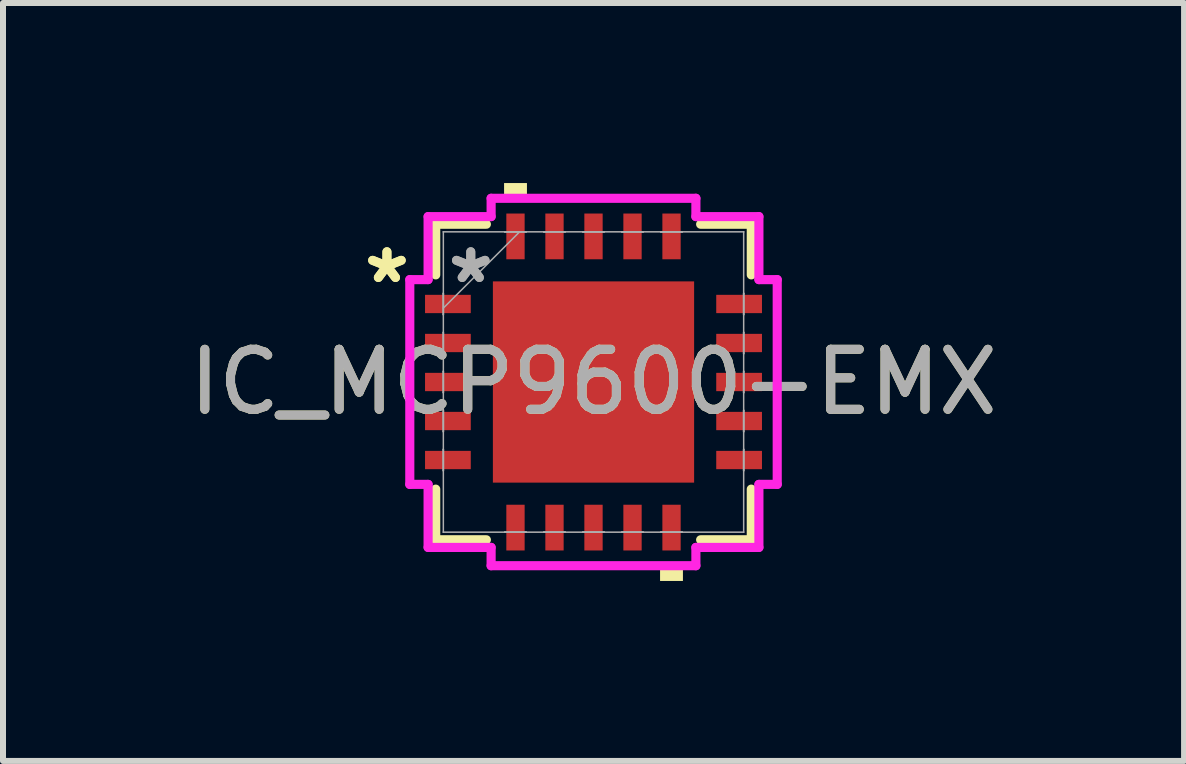
<source format=kicad_pcb>
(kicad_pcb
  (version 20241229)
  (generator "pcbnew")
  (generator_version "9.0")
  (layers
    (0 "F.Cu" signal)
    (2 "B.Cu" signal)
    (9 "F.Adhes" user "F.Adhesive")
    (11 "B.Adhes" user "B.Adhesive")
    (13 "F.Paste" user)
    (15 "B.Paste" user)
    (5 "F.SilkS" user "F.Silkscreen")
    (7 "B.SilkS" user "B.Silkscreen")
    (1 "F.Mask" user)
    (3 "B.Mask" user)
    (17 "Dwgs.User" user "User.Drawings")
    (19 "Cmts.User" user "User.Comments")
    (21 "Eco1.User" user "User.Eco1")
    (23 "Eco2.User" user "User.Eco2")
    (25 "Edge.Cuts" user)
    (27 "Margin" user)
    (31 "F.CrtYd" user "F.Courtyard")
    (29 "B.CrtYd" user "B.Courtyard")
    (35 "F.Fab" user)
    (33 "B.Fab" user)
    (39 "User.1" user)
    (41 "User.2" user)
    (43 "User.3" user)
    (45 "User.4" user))
  (footprint "IC_MCP9600-EMX"
    (layer "F.Cu")
    (at 6.839 3.315)
    (property "Reference" "IC_MCP9600-EMX" (at 0 0 0) (unlocked yes) (layer "F.SilkS") (effects (font (size 1 1) (thickness 0.15))))
    (attr smd)
    (fp_line (start -2.629 -2.629) (end -2.629 -1.785) (stroke (width 0.152) (type solid)) (layer "F.SilkS"))
    (fp_line (start -2.629 1.785) (end -2.629 2.629) (stroke (width 0.152) (type solid)) (layer "F.SilkS"))
    (fp_line (start -2.629 2.629) (end -1.785 2.629) (stroke (width 0.152) (type solid)) (layer "F.SilkS"))
    (fp_line (start -1.785 -2.629) (end -2.629 -2.629) (stroke (width 0.152) (type solid)) (layer "F.SilkS"))
    (fp_line (start 1.785 2.629) (end 2.629 2.629) (stroke (width 0.152) (type solid)) (layer "F.SilkS"))
    (fp_line (start 2.629 -2.629) (end 1.785 -2.629) (stroke (width 0.152) (type solid)) (layer "F.SilkS"))
    (fp_line (start 2.629 -1.785) (end 2.629 -2.629) (stroke (width 0.152) (type solid)) (layer "F.SilkS"))
    (fp_line (start 2.629 2.629) (end 2.629 1.785) (stroke (width 0.152) (type solid)) (layer "F.SilkS"))
    (fp_poly (pts (xy -1.49 -3.061) (xy -1.49 -3.315) (xy -1.109 -3.315) (xy -1.109 -3.061)) (stroke (width 0) (type solid)) (fill yes) (layer "F.SilkS"))
    (fp_poly (pts (xy 1.109 3.061) (xy 1.109 3.315) (xy 1.49 3.315) (xy 1.49 3.061)) (stroke (width 0) (type solid)) (fill yes) (layer "F.SilkS"))
    (fp_poly (pts (xy -1.576 -1.576) (xy -1.576 -0.1) (xy -0.1 -0.1) (xy -0.1 -1.576)) (stroke (width 0) (type solid)) (fill yes) (layer "F.Paste"))
    (fp_poly (pts (xy -1.576 0.1) (xy -1.576 1.576) (xy -0.1 1.576) (xy -0.1 0.1)) (stroke (width 0) (type solid)) (fill yes) (layer "F.Paste"))
    (fp_poly (pts (xy 0.1 -1.576) (xy 0.1 -0.1) (xy 1.576 -0.1) (xy 1.576 -1.576)) (stroke (width 0) (type solid)) (fill yes) (layer "F.Paste"))
    (fp_poly (pts (xy 0.1 0.1) (xy 0.1 1.576) (xy 1.576 1.576) (xy 1.576 0.1)) (stroke (width 0) (type solid)) (fill yes) (layer "F.Paste"))
    (fp_line (start -3.061 -1.706) (end -2.756 -1.706) (stroke (width 0.152) (type solid)) (layer "F.CrtYd"))
    (fp_line (start -3.061 1.706) (end -3.061 -1.706) (stroke (width 0.152) (type solid)) (layer "F.CrtYd"))
    (fp_line (start -2.756 -2.756) (end -1.706 -2.756) (stroke (width 0.152) (type solid)) (layer "F.CrtYd"))
    (fp_line (start -2.756 -1.706) (end -2.756 -2.756) (stroke (width 0.152) (type solid)) (layer "F.CrtYd"))
    (fp_line (start -2.756 1.706) (end -3.061 1.706) (stroke (width 0.152) (type solid)) (layer "F.CrtYd"))
    (fp_line (start -2.756 2.756) (end -2.756 1.706) (stroke (width 0.152) (type solid)) (layer "F.CrtYd"))
    (fp_line (start -1.706 -3.061) (end 1.706 -3.061) (stroke (width 0.152) (type solid)) (layer "F.CrtYd"))
    (fp_line (start -1.706 -2.756) (end -1.706 -3.061) (stroke (width 0.152) (type solid)) (layer "F.CrtYd"))
    (fp_line (start -1.706 2.756) (end -2.756 2.756) (stroke (width 0.152) (type solid)) (layer "F.CrtYd"))
    (fp_line (start -1.706 3.061) (end -1.706 2.756) (stroke (width 0.152) (type solid)) (layer "F.CrtYd"))
    (fp_line (start 1.706 -3.061) (end 1.706 -2.756) (stroke (width 0.152) (type solid)) (layer "F.CrtYd"))
    (fp_line (start 1.706 -2.756) (end 2.756 -2.756) (stroke (width 0.152) (type solid)) (layer "F.CrtYd"))
    (fp_line (start 1.706 2.756) (end 1.706 3.061) (stroke (width 0.152) (type solid)) (layer "F.CrtYd"))
    (fp_line (start 1.706 3.061) (end -1.706 3.061) (stroke (width 0.152) (type solid)) (layer "F.CrtYd"))
    (fp_line (start 2.756 -2.756) (end 2.756 -1.706) (stroke (width 0.152) (type solid)) (layer "F.CrtYd"))
    (fp_line (start 2.756 -1.706) (end 3.061 -1.706) (stroke (width 0.152) (type solid)) (layer "F.CrtYd"))
    (fp_line (start 2.756 1.706) (end 2.756 2.756) (stroke (width 0.152) (type solid)) (layer "F.CrtYd"))
    (fp_line (start 2.756 2.756) (end 1.706 2.756) (stroke (width 0.152) (type solid)) (layer "F.CrtYd"))
    (fp_line (start 3.061 -1.706) (end 3.061 1.706) (stroke (width 0.152) (type solid)) (layer "F.CrtYd"))
    (fp_line (start 3.061 1.706) (end 2.756 1.706) (stroke (width 0.152) (type solid)) (layer "F.CrtYd"))
    (fp_line (start -2.502 -2.502) (end -2.502 -2.502) (stroke (width 0.025) (type solid)) (layer "F.Fab"))
    (fp_line (start -2.502 -2.502) (end -2.502 2.502) (stroke (width 0.025) (type solid)) (layer "F.Fab"))
    (fp_line (start -2.502 -1.478) (end -2.502 -1.478) (stroke (width 0.025) (type solid)) (layer "F.Fab"))
    (fp_line (start -2.502 -1.478) (end -2.502 -1.122) (stroke (width 0.025) (type solid)) (layer "F.Fab"))
    (fp_line (start -2.502 -1.232) (end -1.232 -2.502) (stroke (width 0.025) (type solid)) (layer "F.Fab"))
    (fp_line (start -2.502 -1.122) (end -2.502 -1.478) (stroke (width 0.025) (type solid)) (layer "F.Fab"))
    (fp_line (start -2.502 -1.122) (end -2.502 -1.122) (stroke (width 0.025) (type solid)) (layer "F.Fab"))
    (fp_line (start -2.502 -0.828) (end -2.502 -0.828) (stroke (width 0.025) (type solid)) (layer "F.Fab"))
    (fp_line (start -2.502 -0.828) (end -2.502 -0.472) (stroke (width 0.025) (type solid)) (layer "F.Fab"))
    (fp_line (start -2.502 -0.472) (end -2.502 -0.828) (stroke (width 0.025) (type solid)) (layer "F.Fab"))
    (fp_line (start -2.502 -0.472) (end -2.502 -0.472) (stroke (width 0.025) (type solid)) (layer "F.Fab"))
    (fp_line (start -2.502 -0.178) (end -2.502 -0.178) (stroke (width 0.025) (type solid)) (layer "F.Fab"))
    (fp_line (start -2.502 -0.178) (end -2.502 0.178) (stroke (width 0.025) (type solid)) (layer "F.Fab"))
    (fp_line (start -2.502 0.178) (end -2.502 -0.178) (stroke (width 0.025) (type solid)) (layer "F.Fab"))
    (fp_line (start -2.502 0.178) (end -2.502 0.178) (stroke (width 0.025) (type solid)) (layer "F.Fab"))
    (fp_line (start -2.502 0.472) (end -2.502 0.472) (stroke (width 0.025) (type solid)) (layer "F.Fab"))
    (fp_line (start -2.502 0.472) (end -2.502 0.828) (stroke (width 0.025) (type solid)) (layer "F.Fab"))
    (fp_line (start -2.502 0.828) (end -2.502 0.472) (stroke (width 0.025) (type solid)) (layer "F.Fab"))
    (fp_line (start -2.502 0.828) (end -2.502 0.828) (stroke (width 0.025) (type solid)) (layer "F.Fab"))
    (fp_line (start -2.502 1.122) (end -2.502 1.122) (stroke (width 0.025) (type solid)) (layer "F.Fab"))
    (fp_line (start -2.502 1.122) (end -2.502 1.478) (stroke (width 0.025) (type solid)) (layer "F.Fab"))
    (fp_line (start -2.502 1.478) (end -2.502 1.122) (stroke (width 0.025) (type solid)) (layer "F.Fab"))
    (fp_line (start -2.502 1.478) (end -2.502 1.478) (stroke (width 0.025) (type solid)) (layer "F.Fab"))
    (fp_line (start -2.502 2.502) (end -2.502 2.502) (stroke (width 0.025) (type solid)) (layer "F.Fab"))
    (fp_line (start -2.502 2.502) (end 2.502 2.502) (stroke (width 0.025) (type solid)) (layer "F.Fab"))
    (fp_line (start -1.478 -2.502) (end -1.478 -2.502) (stroke (width 0.025) (type solid)) (layer "F.Fab"))
    (fp_line (start -1.478 -2.502) (end -1.122 -2.502) (stroke (width 0.025) (type solid)) (layer "F.Fab"))
    (fp_line (start -1.478 2.502) (end -1.478 2.502) (stroke (width 0.025) (type solid)) (layer "F.Fab"))
    (fp_line (start -1.478 2.502) (end -1.122 2.502) (stroke (width 0.025) (type solid)) (layer "F.Fab"))
    (fp_line (start -1.122 -2.502) (end -1.478 -2.502) (stroke (width 0.025) (type solid)) (layer "F.Fab"))
    (fp_line (start -1.122 -2.502) (end -1.122 -2.502) (stroke (width 0.025) (type solid)) (layer "F.Fab"))
    (fp_line (start -1.122 2.502) (end -1.478 2.502) (stroke (width 0.025) (type solid)) (layer "F.Fab"))
    (fp_line (start -1.122 2.502) (end -1.122 2.502) (stroke (width 0.025) (type solid)) (layer "F.Fab"))
    (fp_line (start -0.828 -2.502) (end -0.828 -2.502) (stroke (width 0.025) (type solid)) (layer "F.Fab"))
    (fp_line (start -0.828 -2.502) (end -0.472 -2.502) (stroke (width 0.025) (type solid)) (layer "F.Fab"))
    (fp_line (start -0.828 2.502) (end -0.828 2.502) (stroke (width 0.025) (type solid)) (layer "F.Fab"))
    (fp_line (start -0.828 2.502) (end -0.472 2.502) (stroke (width 0.025) (type solid)) (layer "F.Fab"))
    (fp_line (start -0.472 -2.502) (end -0.828 -2.502) (stroke (width 0.025) (type solid)) (layer "F.Fab"))
    (fp_line (start -0.472 -2.502) (end -0.472 -2.502) (stroke (width 0.025) (type solid)) (layer "F.Fab"))
    (fp_line (start -0.472 2.502) (end -0.828 2.502) (stroke (width 0.025) (type solid)) (layer "F.Fab"))
    (fp_line (start -0.472 2.502) (end -0.472 2.502) (stroke (width 0.025) (type solid)) (layer "F.Fab"))
    (fp_line (start -0.178 -2.502) (end -0.178 -2.502) (stroke (width 0.025) (type solid)) (layer "F.Fab"))
    (fp_line (start -0.178 -2.502) (end 0.178 -2.502) (stroke (width 0.025) (type solid)) (layer "F.Fab"))
    (fp_line (start -0.178 2.502) (end -0.178 2.502) (stroke (width 0.025) (type solid)) (layer "F.Fab"))
    (fp_line (start -0.178 2.502) (end 0.178 2.502) (stroke (width 0.025) (type solid)) (layer "F.Fab"))
    (fp_line (start 0.178 -2.502) (end -0.178 -2.502) (stroke (width 0.025) (type solid)) (layer "F.Fab"))
    (fp_line (start 0.178 -2.502) (end 0.178 -2.502) (stroke (width 0.025) (type solid)) (layer "F.Fab"))
    (fp_line (start 0.178 2.502) (end -0.178 2.502) (stroke (width 0.025) (type solid)) (layer "F.Fab"))
    (fp_line (start 0.178 2.502) (end 0.178 2.502) (stroke (width 0.025) (type solid)) (layer "F.Fab"))
    (fp_line (start 0.472 -2.502) (end 0.472 -2.502) (stroke (width 0.025) (type solid)) (layer "F.Fab"))
    (fp_line (start 0.472 -2.502) (end 0.828 -2.502) (stroke (width 0.025) (type solid)) (layer "F.Fab"))
    (fp_line (start 0.472 2.502) (end 0.472 2.502) (stroke (width 0.025) (type solid)) (layer "F.Fab"))
    (fp_line (start 0.472 2.502) (end 0.828 2.502) (stroke (width 0.025) (type solid)) (layer "F.Fab"))
    (fp_line (start 0.828 -2.502) (end 0.472 -2.502) (stroke (width 0.025) (type solid)) (layer "F.Fab"))
    (fp_line (start 0.828 -2.502) (end 0.828 -2.502) (stroke (width 0.025) (type solid)) (layer "F.Fab"))
    (fp_line (start 0.828 2.502) (end 0.472 2.502) (stroke (width 0.025) (type solid)) (layer "F.Fab"))
    (fp_line (start 0.828 2.502) (end 0.828 2.502) (stroke (width 0.025) (type solid)) (layer "F.Fab"))
    (fp_line (start 1.122 -2.502) (end 1.122 -2.502) (stroke (width 0.025) (type solid)) (layer "F.Fab"))
    (fp_line (start 1.122 -2.502) (end 1.478 -2.502) (stroke (width 0.025) (type solid)) (layer "F.Fab"))
    (fp_line (start 1.122 2.502) (end 1.122 2.502) (stroke (width 0.025) (type solid)) (layer "F.Fab"))
    (fp_line (start 1.122 2.502) (end 1.478 2.502) (stroke (width 0.025) (type solid)) (layer "F.Fab"))
    (fp_line (start 1.478 -2.502) (end 1.122 -2.502) (stroke (width 0.025) (type solid)) (layer "F.Fab"))
    (fp_line (start 1.478 -2.502) (end 1.478 -2.502) (stroke (width 0.025) (type solid)) (layer "F.Fab"))
    (fp_line (start 1.478 2.502) (end 1.122 2.502) (stroke (width 0.025) (type solid)) (layer "F.Fab"))
    (fp_line (start 1.478 2.502) (end 1.478 2.502) (stroke (width 0.025) (type solid)) (layer "F.Fab"))
    (fp_line (start 2.502 -2.502) (end -2.502 -2.502) (stroke (width 0.025) (type solid)) (layer "F.Fab"))
    (fp_line (start 2.502 -2.502) (end 2.502 -2.502) (stroke (width 0.025) (type solid)) (layer "F.Fab"))
    (fp_line (start 2.502 -1.478) (end 2.502 -1.478) (stroke (width 0.025) (type solid)) (layer "F.Fab"))
    (fp_line (start 2.502 -1.478) (end 2.502 -1.122) (stroke (width 0.025) (type solid)) (layer "F.Fab"))
    (fp_line (start 2.502 -1.122) (end 2.502 -1.478) (stroke (width 0.025) (type solid)) (layer "F.Fab"))
    (fp_line (start 2.502 -1.122) (end 2.502 -1.122) (stroke (width 0.025) (type solid)) (layer "F.Fab"))
    (fp_line (start 2.502 -0.828) (end 2.502 -0.828) (stroke (width 0.025) (type solid)) (layer "F.Fab"))
    (fp_line (start 2.502 -0.828) (end 2.502 -0.472) (stroke (width 0.025) (type solid)) (layer "F.Fab"))
    (fp_line (start 2.502 -0.472) (end 2.502 -0.828) (stroke (width 0.025) (type solid)) (layer "F.Fab"))
    (fp_line (start 2.502 -0.472) (end 2.502 -0.472) (stroke (width 0.025) (type solid)) (layer "F.Fab"))
    (fp_line (start 2.502 -0.178) (end 2.502 -0.178) (stroke (width 0.025) (type solid)) (layer "F.Fab"))
    (fp_line (start 2.502 -0.178) (end 2.502 0.178) (stroke (width 0.025) (type solid)) (layer "F.Fab"))
    (fp_line (start 2.502 0.178) (end 2.502 -0.178) (stroke (width 0.025) (type solid)) (layer "F.Fab"))
    (fp_line (start 2.502 0.178) (end 2.502 0.178) (stroke (width 0.025) (type solid)) (layer "F.Fab"))
    (fp_line (start 2.502 0.472) (end 2.502 0.472) (stroke (width 0.025) (type solid)) (layer "F.Fab"))
    (fp_line (start 2.502 0.472) (end 2.502 0.828) (stroke (width 0.025) (type solid)) (layer "F.Fab"))
    (fp_line (start 2.502 0.828) (end 2.502 0.472) (stroke (width 0.025) (type solid)) (layer "F.Fab"))
    (fp_line (start 2.502 0.828) (end 2.502 0.828) (stroke (width 0.025) (type solid)) (layer "F.Fab"))
    (fp_line (start 2.502 1.122) (end 2.502 1.122) (stroke (width 0.025) (type solid)) (layer "F.Fab"))
    (fp_line (start 2.502 1.122) (end 2.502 1.478) (stroke (width 0.025) (type solid)) (layer "F.Fab"))
    (fp_line (start 2.502 1.478) (end 2.502 1.122) (stroke (width 0.025) (type solid)) (layer "F.Fab"))
    (fp_line (start 2.502 1.478) (end 2.502 1.478) (stroke (width 0.025) (type solid)) (layer "F.Fab"))
    (fp_line (start 2.502 2.502) (end 2.502 -2.502) (stroke (width 0.025) (type solid)) (layer "F.Fab"))
    (fp_line (start 2.502 2.502) (end 2.502 2.502) (stroke (width 0.025) (type solid)) (layer "F.Fab"))
    (fp_text user "*" (at -3.442 -1.625 0) (layer "F.SilkS") (effects (font (size 1 1) (thickness 0.15))))
    (fp_text user "*" (at -3.442 -1.625 0) (unlocked yes) (layer "F.SilkS") (effects (font (size 1 1) (thickness 0.15))))
    (fp_text user "${REFERENCE}" (at 0 0 0) (unlocked yes) (layer "F.Fab") (effects (font (size 1 1) (thickness 0.15))))
    (fp_text user "*" (at -2.045 -1.625 0) (unlocked yes) (layer "F.Fab") (effects (font (size 1 1) (thickness 0.15))))
    (fp_text user "*" (at -2.045 -1.625 0) (layer "F.Fab") (effects (font (size 1 1) (thickness 0.15))))
    (pad "1" smd rect (at -2.426 -1.3 90) (size 0.305 0.762) (layers "F.Cu" "F.Mask" "F.Paste"))
    (pad "2" smd rect (at -2.426 -0.65 90) (size 0.305 0.762) (layers "F.Cu" "F.Mask" "F.Paste"))
    (pad "3" smd rect (at -2.426 0 90) (size 0.305 0.762) (layers "F.Cu" "F.Mask" "F.Paste"))
    (pad "4" smd rect (at -2.426 0.65 90) (size 0.305 0.762) (layers "F.Cu" "F.Mask" "F.Paste"))
    (pad "5" smd rect (at -2.426 1.3 90) (size 0.305 0.762) (layers "F.Cu" "F.Mask" "F.Paste"))
    (pad "6" smd rect (at -1.3 2.426) (size 0.305 0.762) (layers "F.Cu" "F.Mask" "F.Paste"))
    (pad "7" smd rect (at -0.65 2.426) (size 0.305 0.762) (layers "F.Cu" "F.Mask" "F.Paste"))
    (pad "8" smd rect (at 0 2.426) (size 0.305 0.762) (layers "F.Cu" "F.Mask" "F.Paste"))
    (pad "9" smd rect (at 0.65 2.426) (size 0.305 0.762) (layers "F.Cu" "F.Mask" "F.Paste"))
    (pad "10" smd rect (at 1.3 2.426) (size 0.305 0.762) (layers "F.Cu" "F.Mask" "F.Paste"))
    (pad "11" smd rect (at 2.426 1.3 90) (size 0.305 0.762) (layers "F.Cu" "F.Mask" "F.Paste"))
    (pad "12" smd rect (at 2.426 0.65 90) (size 0.305 0.762) (layers "F.Cu" "F.Mask" "F.Paste"))
    (pad "13" smd rect (at 2.426 0 90) (size 0.305 0.762) (layers "F.Cu" "F.Mask" "F.Paste"))
    (pad "14" smd rect (at 2.426 -0.65 90) (size 0.305 0.762) (layers "F.Cu" "F.Mask" "F.Paste"))
    (pad "15" smd rect (at 2.426 -1.3 90) (size 0.305 0.762) (layers "F.Cu" "F.Mask" "F.Paste"))
    (pad "16" smd rect (at 1.3 -2.426) (size 0.305 0.762) (layers "F.Cu" "F.Mask" "F.Paste"))
    (pad "17" smd rect (at 0.65 -2.426) (size 0.305 0.762) (layers "F.Cu" "F.Mask" "F.Paste"))
    (pad "18" smd rect (at 0 -2.426) (size 0.305 0.762) (layers "F.Cu" "F.Mask" "F.Paste"))
    (pad "19" smd rect (at -0.65 -2.426) (size 0.305 0.762) (layers "F.Cu" "F.Mask" "F.Paste"))
    (pad "20" smd rect (at -1.3 -2.426) (size 0.305 0.762) (layers "F.Cu" "F.Mask" "F.Paste"))
    (pad "21" smd rect (at 0 0) (size 3.353 3.353) (layers "F.Cu" "F.Mask" "F.Paste")))
  (gr_rect
    (start -3 -3)
    (end 16.679 9.629)
    (stroke (width 0.1) (type default))
    (fill no)
    (layer "Edge.Cuts")))
</source>
